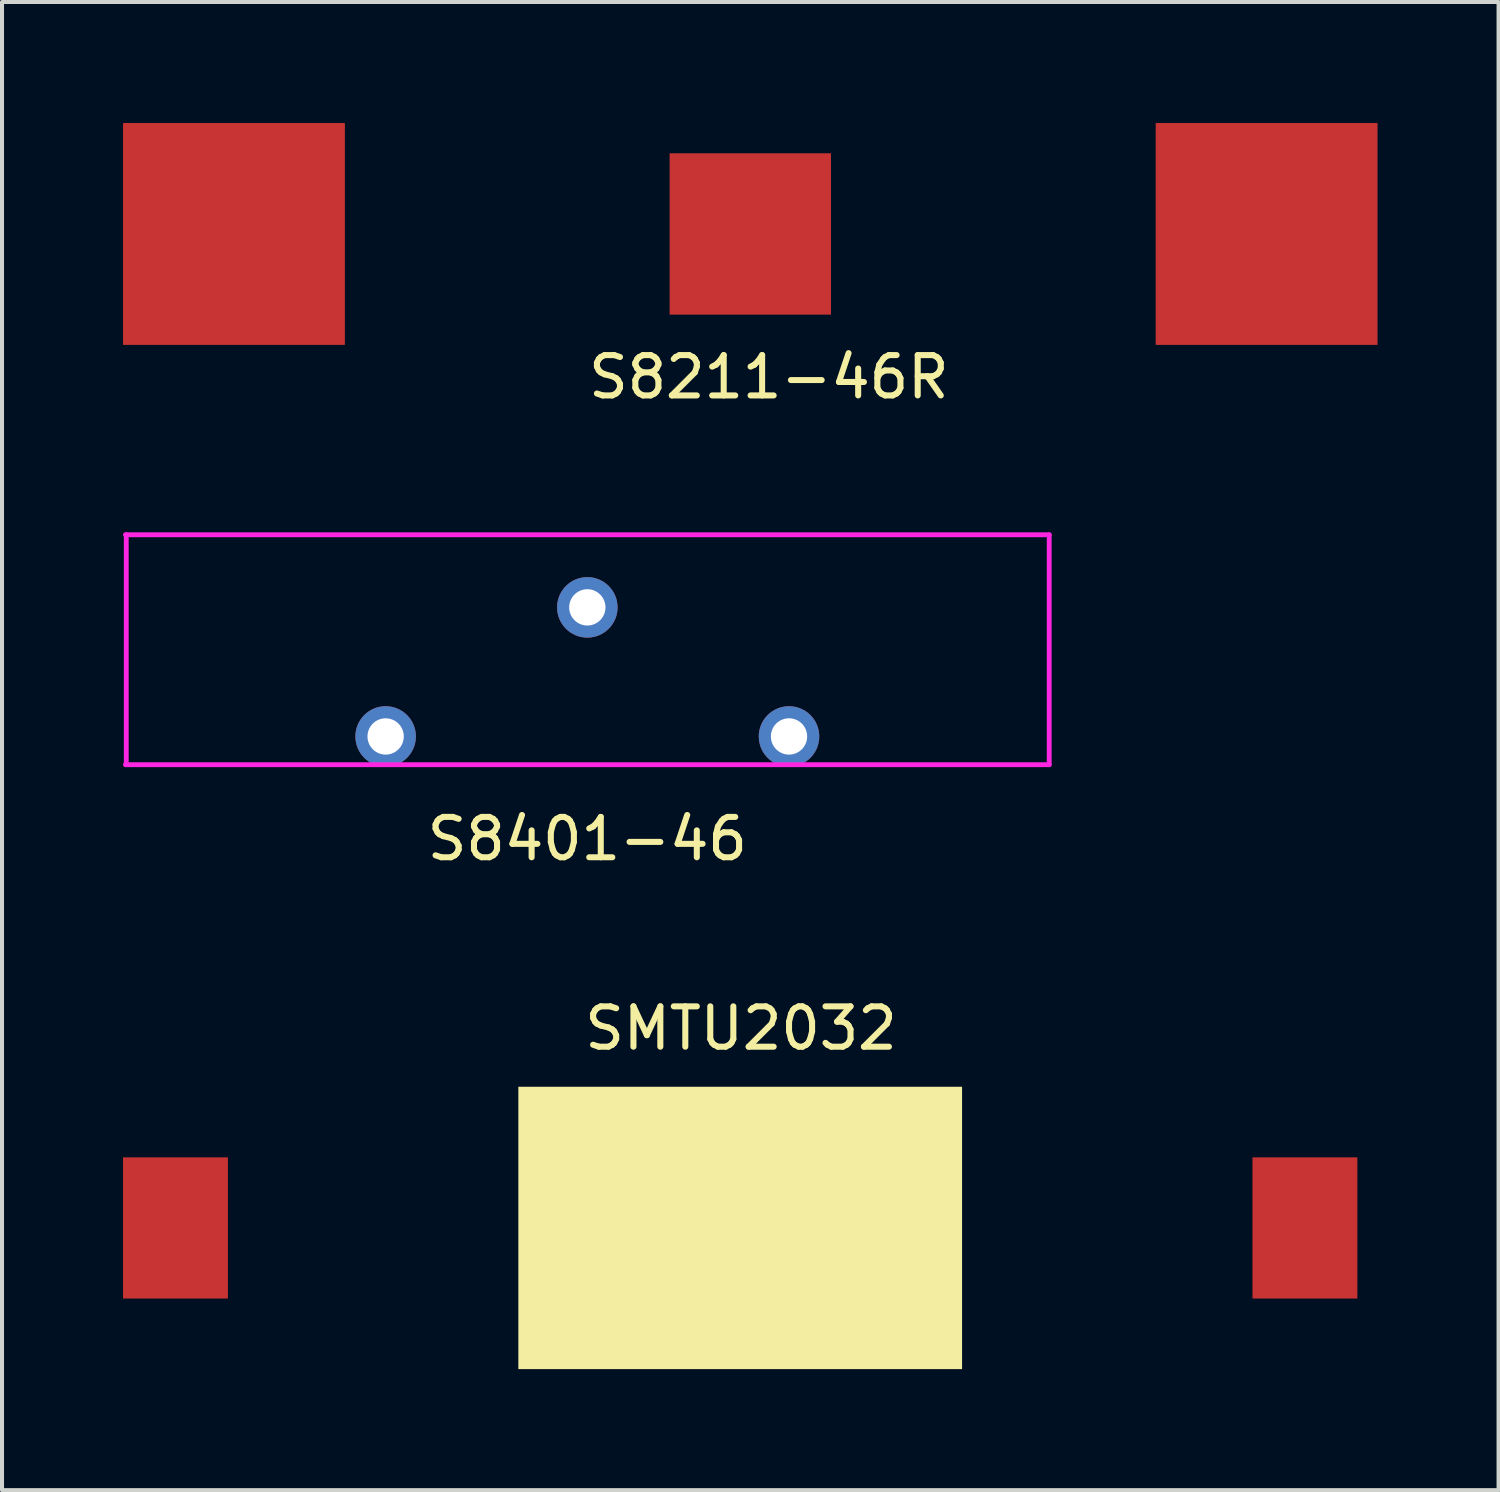
<source format=kicad_pcb>
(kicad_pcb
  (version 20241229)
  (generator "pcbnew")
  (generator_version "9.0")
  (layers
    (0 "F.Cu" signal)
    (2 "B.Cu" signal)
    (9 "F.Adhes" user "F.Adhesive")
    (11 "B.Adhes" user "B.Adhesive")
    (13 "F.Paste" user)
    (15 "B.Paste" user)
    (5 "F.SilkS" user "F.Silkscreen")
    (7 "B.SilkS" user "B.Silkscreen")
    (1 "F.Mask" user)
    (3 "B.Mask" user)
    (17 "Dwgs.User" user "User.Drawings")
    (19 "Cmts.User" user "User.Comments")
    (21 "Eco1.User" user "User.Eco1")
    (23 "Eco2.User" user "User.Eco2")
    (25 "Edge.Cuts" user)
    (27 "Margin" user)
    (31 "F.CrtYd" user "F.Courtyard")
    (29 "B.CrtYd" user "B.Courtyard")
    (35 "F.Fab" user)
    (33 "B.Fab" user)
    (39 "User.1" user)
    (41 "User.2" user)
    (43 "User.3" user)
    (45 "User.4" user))
  (footprint "S8401-46"
    (layer "F.Cu")
    (at 11.51 15.207)
    (property "Reference" "S8401-46" (at 0 2.54 0) (layer "F.SilkS") (effects (font (size 1 1) (thickness 0.15))))
    (attr through_hole)
    (fp_line (start -11.45 -5) (end 11.45 -5) (stroke (width 0.12) (type solid)) (layer "F.CrtYd"))
    (fp_line (start -11.45 0.7) (end 11.45 0.7) (stroke (width 0.12) (type solid)) (layer "F.CrtYd"))
    (fp_line (start -11.43 -5) (end -11.43 0.7) (stroke (width 0.12) (type solid)) (layer "F.CrtYd"))
    (fp_line (start 11.45 -5) (end 11.45 0.7) (stroke (width 0.12) (type solid)) (layer "F.CrtYd"))
    (pad "1" thru_hole circle (at -5 0) (size 1.5 1.5) (drill 0.9) (layers "*.Cu" "*.Mask"))
    (pad "2" thru_hole circle (at 5 0) (size 1.5 1.5) (drill 0.9) (layers "*.Cu" "*.Mask"))
    (pad "3" thru_hole circle (at 0 -3.2) (size 1.5 1.5) (drill 0.9) (layers "*.Cu" "*.Mask")))
  (footprint "SMTU2032"
    (layer "F.Cu")
    (at 15.3 27.391)
    (property "Reference" "SMTU2032" (at 0.02 -4.948 0) (layer "F.SilkS") (effects (font (size 1 1) (thickness 0.15))))
    (attr through_hole)
    (pad "" smd rect (at 0 0) (size 11 7) (layers "F.SilkS"))
    (pad "1" smd rect (at 14 0) (size 2.6 3.5) (layers "*.Mask" "F.Cu"))
    (pad "2" smd rect (at -14 0) (size 2.6 3.5) (layers "*.Mask" "F.Cu")))
  (footprint "S8211-46R"
    (layer "F.Cu")
    (at 15.55 2.75)
    (property "Reference" "S8211-46R" (at 0.46 3.548 0) (layer "F.SilkS") (effects (font (size 1 1) (thickness 0.15))))
    (attr through_hole)
    (pad "1" smd rect (at 0 0) (size 4 4) (layers "F.Cu" "F.Mask" "F.Paste"))
    (pad "2" smd rect (at 12.8 0) (size 5.5 5.5) (layers "F.Cu" "F.Mask" "F.Paste"))
    (pad "3" smd rect (at -12.8 0) (size 5.5 5.5) (layers "F.Cu" "F.Mask" "F.Paste")))
  (gr_rect
    (start -3 -3)
    (end 34.1 33.891)
    (stroke (width 0.1) (type default))
    (fill no)
    (layer "Edge.Cuts")))
</source>
